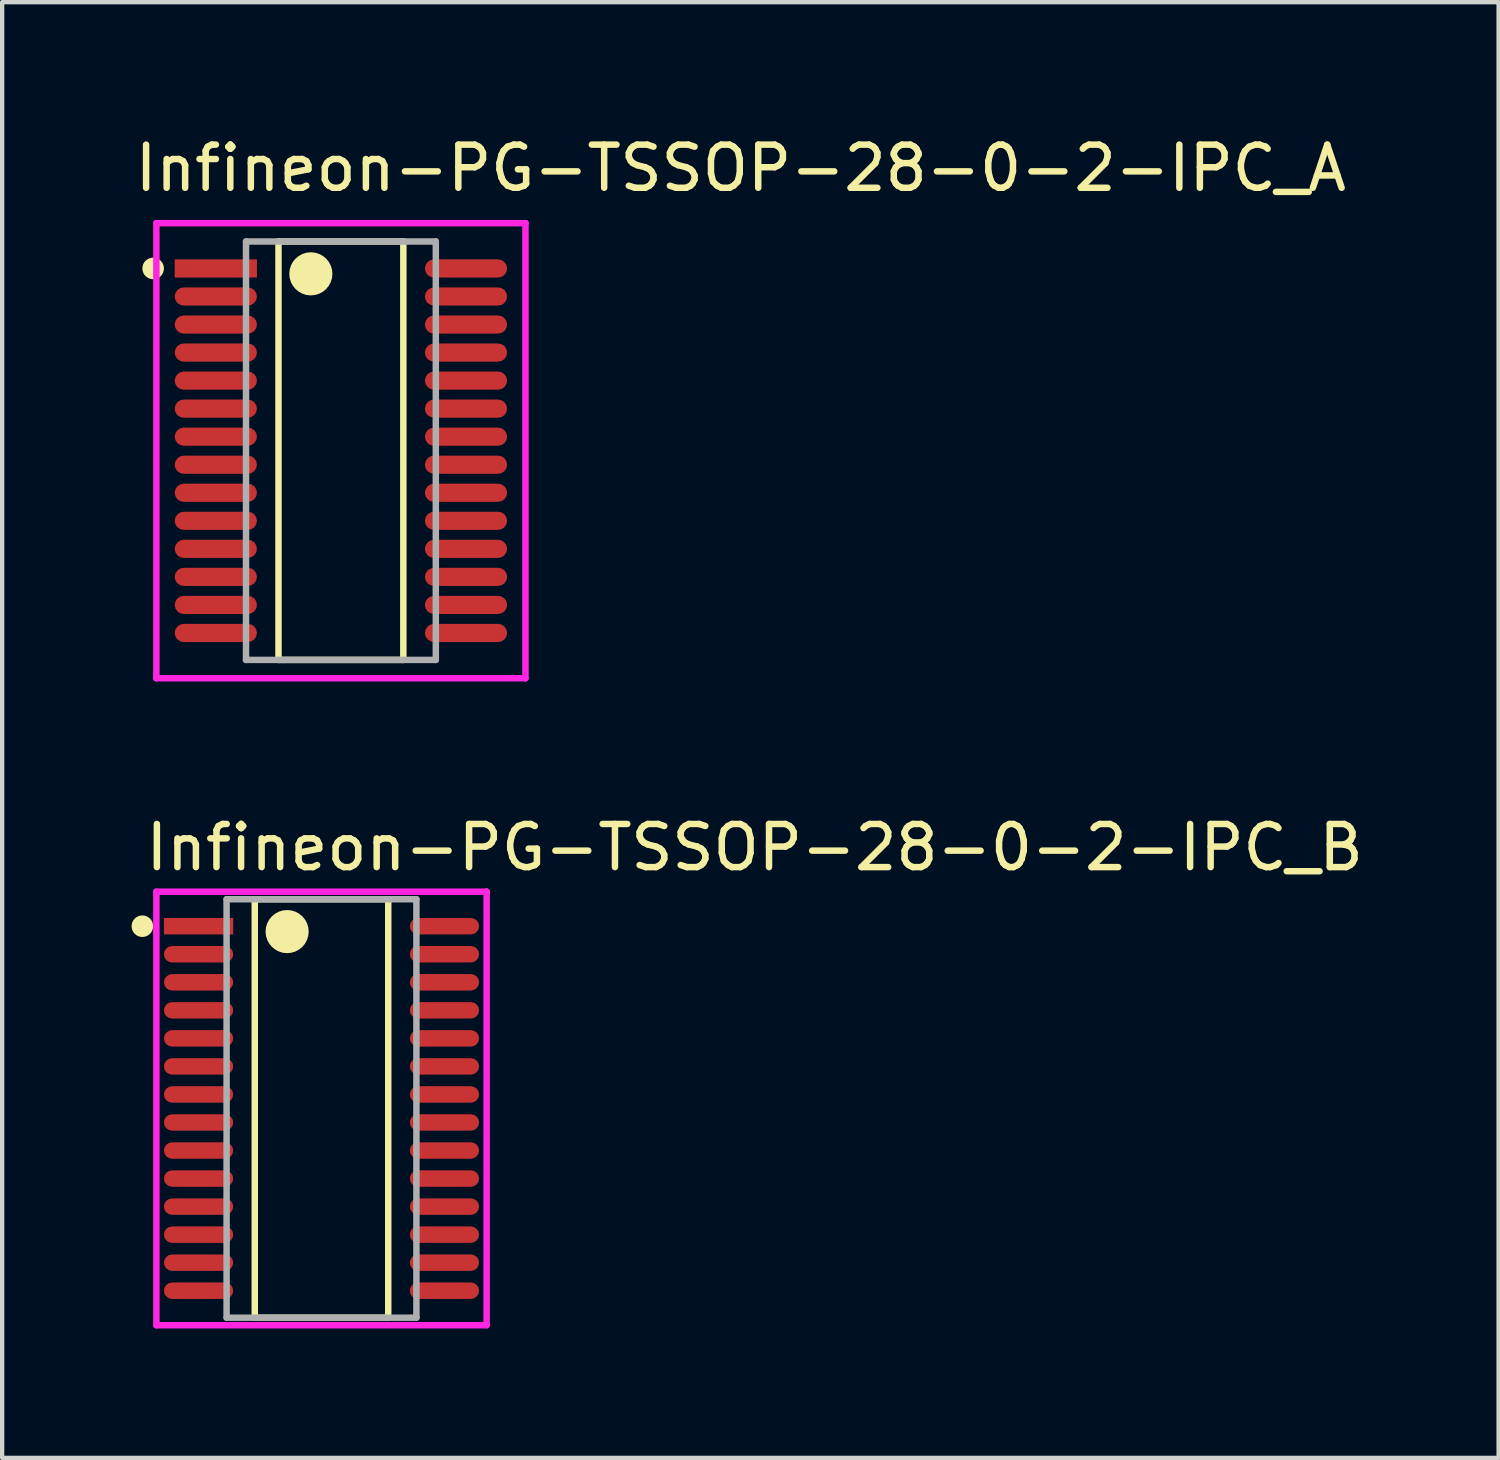
<source format=kicad_pcb>
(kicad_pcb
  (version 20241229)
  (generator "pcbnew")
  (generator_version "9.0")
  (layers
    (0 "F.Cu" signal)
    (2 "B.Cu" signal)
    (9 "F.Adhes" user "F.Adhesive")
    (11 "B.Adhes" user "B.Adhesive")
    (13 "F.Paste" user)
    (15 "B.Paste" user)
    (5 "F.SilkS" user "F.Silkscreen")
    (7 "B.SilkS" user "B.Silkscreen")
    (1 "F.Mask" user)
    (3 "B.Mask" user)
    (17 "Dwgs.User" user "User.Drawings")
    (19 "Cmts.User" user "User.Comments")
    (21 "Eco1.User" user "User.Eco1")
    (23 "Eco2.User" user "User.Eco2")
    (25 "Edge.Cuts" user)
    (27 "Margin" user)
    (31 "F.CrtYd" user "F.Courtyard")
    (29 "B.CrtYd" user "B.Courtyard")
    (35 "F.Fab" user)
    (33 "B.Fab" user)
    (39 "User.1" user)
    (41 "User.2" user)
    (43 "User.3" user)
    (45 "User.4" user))
  (footprint "Infineon-PG-TSSOP-28-0-2-IPC_B"
    (layer "F.Cu")
    (at 4.403 22.646)
    (property "Reference" "Infineon-PG-TSSOP-28-0-2-IPC_B" (at -4.153 -6.05 0) (layer "F.SilkS") (effects (font (size 1 1) (thickness 0.15)) (justify left)))
    (attr through_hole)
    (fp_line (start -1.547 -4.85) (end 1.547 -4.85) (stroke (width 0.15) (type solid)) (layer "F.SilkS"))
    (fp_line (start -1.547 4.85) (end -1.547 -4.85) (stroke (width 0.15) (type solid)) (layer "F.SilkS"))
    (fp_line (start 1.547 -4.85) (end 1.547 4.85) (stroke (width 0.15) (type solid)) (layer "F.SilkS"))
    (fp_line (start 1.547 4.85) (end -1.547 4.85) (stroke (width 0.15) (type solid)) (layer "F.SilkS"))
    (fp_circle (center -4.153 -4.225) (end -4.028 -4.225) (stroke (width 0.25) (type solid)) (fill no) (layer "F.SilkS"))
    (fp_circle (center -0.797 -4.1) (end -0.547 -4.1) (stroke (width 0.5) (type solid)) (fill no) (layer "F.SilkS"))
    (fp_line (start -3.828 -5.025) (end -3.828 5.025) (stroke (width 0.15) (type solid)) (layer "F.CrtYd"))
    (fp_line (start -3.828 5.025) (end 3.828 5.025) (stroke (width 0.15) (type solid)) (layer "F.CrtYd"))
    (fp_line (start 3.828 -5.025) (end -3.828 -5.025) (stroke (width 0.15) (type solid)) (layer "F.CrtYd"))
    (fp_line (start 3.828 -5.025) (end 3.828 -5.025) (stroke (width 0.15) (type solid)) (layer "F.CrtYd"))
    (fp_line (start 3.828 5.025) (end 3.828 -5.025) (stroke (width 0.15) (type solid)) (layer "F.CrtYd"))
    (fp_line (start -2.2 -4.85) (end 2.2 -4.85) (stroke (width 0.15) (type solid)) (layer "F.Fab"))
    (fp_line (start -2.2 4.85) (end -2.2 -4.85) (stroke (width 0.15) (type solid)) (layer "F.Fab"))
    (fp_line (start 2.2 -4.85) (end 2.2 4.85) (stroke (width 0.15) (type solid)) (layer "F.Fab"))
    (fp_line (start 2.2 4.85) (end -2.2 4.85) (stroke (width 0.15) (type solid)) (layer "F.Fab"))
    (pad "1" smd rect (at -2.85 -4.225) (size 1.606 0.381) (layers "F.Cu" "F.Mask" "F.Paste"))
    (pad "2" smd roundrect (at -2.85 -3.575) (size 1.606 0.381) (layers "F.Cu" "F.Mask" "F.Paste") (roundrect_rratio 0.5))
    (pad "3" smd roundrect (at -2.85 -2.925) (size 1.606 0.381) (layers "F.Cu" "F.Mask" "F.Paste") (roundrect_rratio 0.5))
    (pad "4" smd roundrect (at -2.85 -2.275) (size 1.606 0.381) (layers "F.Cu" "F.Mask" "F.Paste") (roundrect_rratio 0.5))
    (pad "5" smd roundrect (at -2.85 -1.625) (size 1.606 0.381) (layers "F.Cu" "F.Mask" "F.Paste") (roundrect_rratio 0.5))
    (pad "6" smd roundrect (at -2.85 -0.975) (size 1.606 0.381) (layers "F.Cu" "F.Mask" "F.Paste") (roundrect_rratio 0.5))
    (pad "7" smd roundrect (at -2.85 -0.325) (size 1.606 0.381) (layers "F.Cu" "F.Mask" "F.Paste") (roundrect_rratio 0.5))
    (pad "8" smd roundrect (at -2.85 0.325) (size 1.606 0.381) (layers "F.Cu" "F.Mask" "F.Paste") (roundrect_rratio 0.5))
    (pad "9" smd roundrect (at -2.85 0.975) (size 1.606 0.381) (layers "F.Cu" "F.Mask" "F.Paste") (roundrect_rratio 0.5))
    (pad "10" smd roundrect (at -2.85 1.625) (size 1.606 0.381) (layers "F.Cu" "F.Mask" "F.Paste") (roundrect_rratio 0.5))
    (pad "11" smd roundrect (at -2.85 2.275) (size 1.606 0.381) (layers "F.Cu" "F.Mask" "F.Paste") (roundrect_rratio 0.5))
    (pad "12" smd roundrect (at -2.85 2.925) (size 1.606 0.381) (layers "F.Cu" "F.Mask" "F.Paste") (roundrect_rratio 0.5))
    (pad "13" smd roundrect (at -2.85 3.575) (size 1.606 0.381) (layers "F.Cu" "F.Mask" "F.Paste") (roundrect_rratio 0.5))
    (pad "14" smd roundrect (at -2.85 4.225) (size 1.606 0.381) (layers "F.Cu" "F.Mask" "F.Paste") (roundrect_rratio 0.5))
    (pad "15" smd roundrect (at 2.85 4.225) (size 1.606 0.381) (layers "F.Cu" "F.Mask" "F.Paste") (roundrect_rratio 0.5))
    (pad "16" smd roundrect (at 2.85 3.575) (size 1.606 0.381) (layers "F.Cu" "F.Mask" "F.Paste") (roundrect_rratio 0.5))
    (pad "17" smd roundrect (at 2.85 2.925) (size 1.606 0.381) (layers "F.Cu" "F.Mask" "F.Paste") (roundrect_rratio 0.5))
    (pad "18" smd roundrect (at 2.85 2.275) (size 1.606 0.381) (layers "F.Cu" "F.Mask" "F.Paste") (roundrect_rratio 0.5))
    (pad "19" smd roundrect (at 2.85 1.625) (size 1.606 0.381) (layers "F.Cu" "F.Mask" "F.Paste") (roundrect_rratio 0.5))
    (pad "20" smd roundrect (at 2.85 0.975) (size 1.606 0.381) (layers "F.Cu" "F.Mask" "F.Paste") (roundrect_rratio 0.5))
    (pad "21" smd roundrect (at 2.85 0.325) (size 1.606 0.381) (layers "F.Cu" "F.Mask" "F.Paste") (roundrect_rratio 0.5))
    (pad "22" smd roundrect (at 2.85 -0.325) (size 1.606 0.381) (layers "F.Cu" "F.Mask" "F.Paste") (roundrect_rratio 0.5))
    (pad "23" smd roundrect (at 2.85 -0.975) (size 1.606 0.381) (layers "F.Cu" "F.Mask" "F.Paste") (roundrect_rratio 0.5))
    (pad "24" smd roundrect (at 2.85 -1.625) (size 1.606 0.381) (layers "F.Cu" "F.Mask" "F.Paste") (roundrect_rratio 0.5))
    (pad "25" smd roundrect (at 2.85 -2.275) (size 1.606 0.381) (layers "F.Cu" "F.Mask" "F.Paste") (roundrect_rratio 0.5))
    (pad "26" smd roundrect (at 2.85 -2.925) (size 1.606 0.381) (layers "F.Cu" "F.Mask" "F.Paste") (roundrect_rratio 0.5))
    (pad "27" smd roundrect (at 2.85 -3.575) (size 1.606 0.381) (layers "F.Cu" "F.Mask" "F.Paste") (roundrect_rratio 0.5))
    (pad "28" smd roundrect (at 2.85 -4.225) (size 1.606 0.381) (layers "F.Cu" "F.Mask" "F.Paste") (roundrect_rratio 0.5)))
  (footprint "Infineon-PG-TSSOP-28-0-2-IPC_A"
    (layer "F.Cu")
    (at 4.853 7.398)
    (property "Reference" "Infineon-PG-TSSOP-28-0-2-IPC_A" (at -4.853 -6.55 0) (layer "F.SilkS") (effects (font (size 1 1) (thickness 0.15)) (justify left)))
    (attr through_hole)
    (fp_line (start -1.447 -4.85) (end 1.447 -4.85) (stroke (width 0.15) (type solid)) (layer "F.SilkS"))
    (fp_line (start -1.447 4.85) (end -1.447 -4.85) (stroke (width 0.15) (type solid)) (layer "F.SilkS"))
    (fp_line (start 1.447 -4.85) (end 1.447 4.85) (stroke (width 0.15) (type solid)) (layer "F.SilkS"))
    (fp_line (start 1.447 4.85) (end -1.447 4.85) (stroke (width 0.15) (type solid)) (layer "F.SilkS"))
    (fp_circle (center -4.353 -4.225) (end -4.228 -4.225) (stroke (width 0.25) (type solid)) (fill no) (layer "F.SilkS"))
    (fp_circle (center -0.697 -4.1) (end -0.447 -4.1) (stroke (width 0.5) (type solid)) (fill no) (layer "F.SilkS"))
    (fp_line (start -4.278 -5.275) (end -4.278 5.275) (stroke (width 0.15) (type solid)) (layer "F.CrtYd"))
    (fp_line (start -4.278 5.275) (end 4.278 5.275) (stroke (width 0.15) (type solid)) (layer "F.CrtYd"))
    (fp_line (start 4.278 -5.275) (end -4.278 -5.275) (stroke (width 0.15) (type solid)) (layer "F.CrtYd"))
    (fp_line (start 4.278 -5.275) (end 4.278 -5.275) (stroke (width 0.15) (type solid)) (layer "F.CrtYd"))
    (fp_line (start 4.278 5.275) (end 4.278 -5.275) (stroke (width 0.15) (type solid)) (layer "F.CrtYd"))
    (fp_line (start -2.2 -4.85) (end 2.2 -4.85) (stroke (width 0.15) (type solid)) (layer "F.Fab"))
    (fp_line (start -2.2 4.85) (end -2.2 -4.85) (stroke (width 0.15) (type solid)) (layer "F.Fab"))
    (fp_line (start 2.2 -4.85) (end 2.2 4.85) (stroke (width 0.15) (type solid)) (layer "F.Fab"))
    (fp_line (start 2.2 4.85) (end -2.2 4.85) (stroke (width 0.15) (type solid)) (layer "F.Fab"))
    (pad "1" smd rect (at -2.9 -4.225) (size 1.906 0.421) (layers "F.Cu" "F.Mask" "F.Paste"))
    (pad "2" smd roundrect (at -2.9 -3.575) (size 1.906 0.421) (layers "F.Cu" "F.Mask" "F.Paste") (roundrect_rratio 0.5))
    (pad "3" smd roundrect (at -2.9 -2.925) (size 1.906 0.421) (layers "F.Cu" "F.Mask" "F.Paste") (roundrect_rratio 0.5))
    (pad "4" smd roundrect (at -2.9 -2.275) (size 1.906 0.421) (layers "F.Cu" "F.Mask" "F.Paste") (roundrect_rratio 0.5))
    (pad "5" smd roundrect (at -2.9 -1.625) (size 1.906 0.421) (layers "F.Cu" "F.Mask" "F.Paste") (roundrect_rratio 0.5))
    (pad "6" smd roundrect (at -2.9 -0.975) (size 1.906 0.421) (layers "F.Cu" "F.Mask" "F.Paste") (roundrect_rratio 0.5))
    (pad "7" smd roundrect (at -2.9 -0.325) (size 1.906 0.421) (layers "F.Cu" "F.Mask" "F.Paste") (roundrect_rratio 0.5))
    (pad "8" smd roundrect (at -2.9 0.325) (size 1.906 0.421) (layers "F.Cu" "F.Mask" "F.Paste") (roundrect_rratio 0.5))
    (pad "9" smd roundrect (at -2.9 0.975) (size 1.906 0.421) (layers "F.Cu" "F.Mask" "F.Paste") (roundrect_rratio 0.5))
    (pad "10" smd roundrect (at -2.9 1.625) (size 1.906 0.421) (layers "F.Cu" "F.Mask" "F.Paste") (roundrect_rratio 0.5))
    (pad "11" smd roundrect (at -2.9 2.275) (size 1.906 0.421) (layers "F.Cu" "F.Mask" "F.Paste") (roundrect_rratio 0.5))
    (pad "12" smd roundrect (at -2.9 2.925) (size 1.906 0.421) (layers "F.Cu" "F.Mask" "F.Paste") (roundrect_rratio 0.5))
    (pad "13" smd roundrect (at -2.9 3.575) (size 1.906 0.421) (layers "F.Cu" "F.Mask" "F.Paste") (roundrect_rratio 0.5))
    (pad "14" smd roundrect (at -2.9 4.225) (size 1.906 0.421) (layers "F.Cu" "F.Mask" "F.Paste") (roundrect_rratio 0.5))
    (pad "15" smd roundrect (at 2.9 4.225) (size 1.906 0.421) (layers "F.Cu" "F.Mask" "F.Paste") (roundrect_rratio 0.5))
    (pad "16" smd roundrect (at 2.9 3.575) (size 1.906 0.421) (layers "F.Cu" "F.Mask" "F.Paste") (roundrect_rratio 0.5))
    (pad "17" smd roundrect (at 2.9 2.925) (size 1.906 0.421) (layers "F.Cu" "F.Mask" "F.Paste") (roundrect_rratio 0.5))
    (pad "18" smd roundrect (at 2.9 2.275) (size 1.906 0.421) (layers "F.Cu" "F.Mask" "F.Paste") (roundrect_rratio 0.5))
    (pad "19" smd roundrect (at 2.9 1.625) (size 1.906 0.421) (layers "F.Cu" "F.Mask" "F.Paste") (roundrect_rratio 0.5))
    (pad "20" smd roundrect (at 2.9 0.975) (size 1.906 0.421) (layers "F.Cu" "F.Mask" "F.Paste") (roundrect_rratio 0.5))
    (pad "21" smd roundrect (at 2.9 0.325) (size 1.906 0.421) (layers "F.Cu" "F.Mask" "F.Paste") (roundrect_rratio 0.5))
    (pad "22" smd roundrect (at 2.9 -0.325) (size 1.906 0.421) (layers "F.Cu" "F.Mask" "F.Paste") (roundrect_rratio 0.5))
    (pad "23" smd roundrect (at 2.9 -0.975) (size 1.906 0.421) (layers "F.Cu" "F.Mask" "F.Paste") (roundrect_rratio 0.5))
    (pad "24" smd roundrect (at 2.9 -1.625) (size 1.906 0.421) (layers "F.Cu" "F.Mask" "F.Paste") (roundrect_rratio 0.5))
    (pad "25" smd roundrect (at 2.9 -2.275) (size 1.906 0.421) (layers "F.Cu" "F.Mask" "F.Paste") (roundrect_rratio 0.5))
    (pad "26" smd roundrect (at 2.9 -2.925) (size 1.906 0.421) (layers "F.Cu" "F.Mask" "F.Paste") (roundrect_rratio 0.5))
    (pad "27" smd roundrect (at 2.9 -3.575) (size 1.906 0.421) (layers "F.Cu" "F.Mask" "F.Paste") (roundrect_rratio 0.5))
    (pad "28" smd roundrect (at 2.9 -4.225) (size 1.906 0.421) (layers "F.Cu" "F.Mask" "F.Paste") (roundrect_rratio 0.5)))
  (gr_rect
    (start -3 -3)
    (end 31.69 30.747)
    (stroke (width 0.1) (type default))
    (fill no)
    (layer "Edge.Cuts")))
</source>
